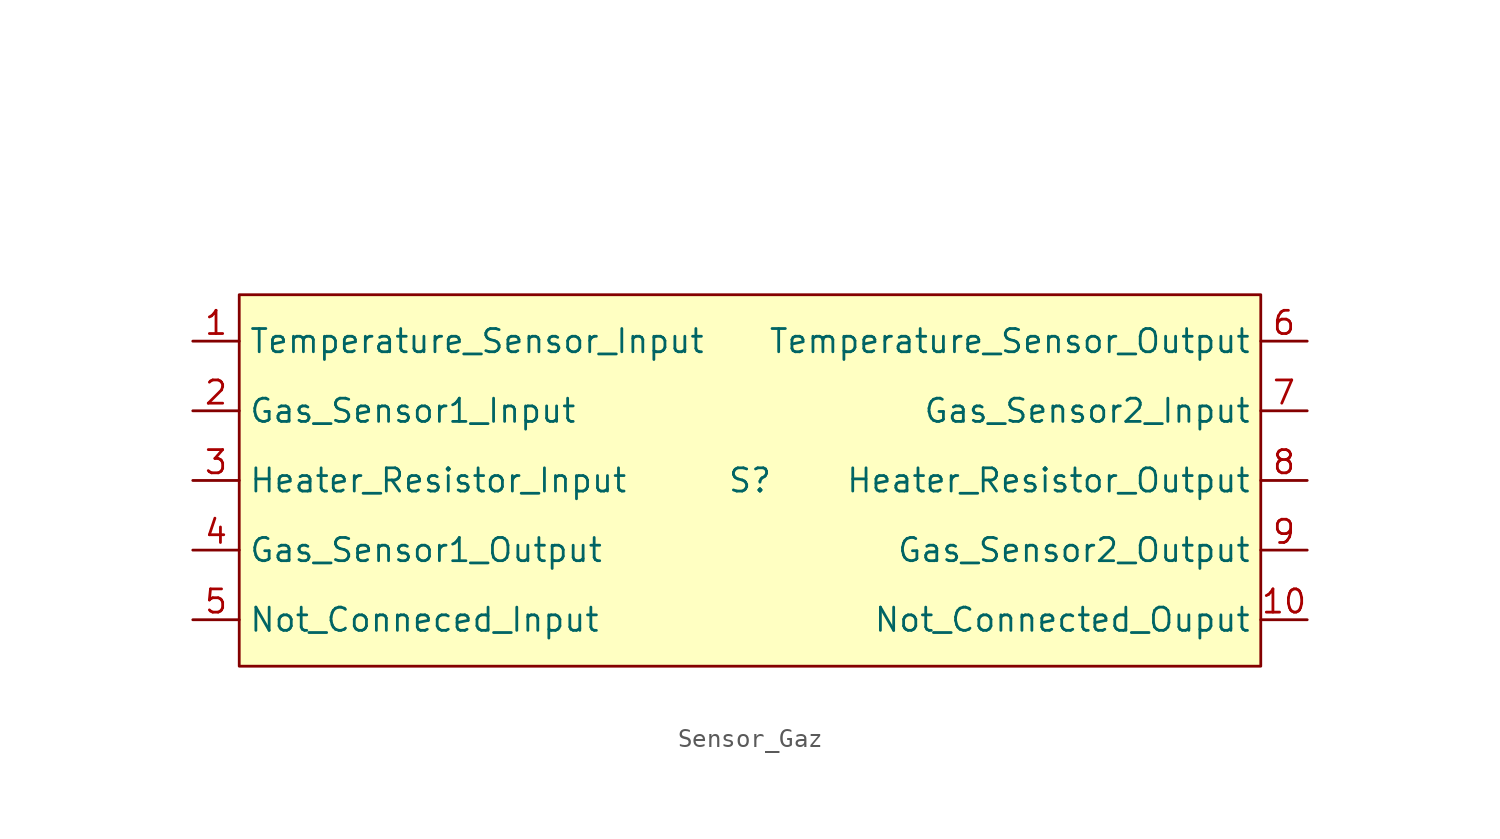
<source format=kicad_sym>
(kicad_symbol_lib
  (version 20220914)
  (generator kicad_symbol_editor)
  (symbol "Sensor_Gaz"
    (property "Reference" "S"
      (at 0 0 0)
      (effects (font (size 1.27 1.27))))
    (property "Value" ""
      (at 7.62 19.05 0)
      (effects (font (size 1.27 1.27))))
    (symbol "Sensor_Gaz_1_1"
      (rectangle (start -27.94 10.16) (end 27.94 -10.16) (stroke (width 0.152) (type default)) (fill (type background)))
      (pin input line (at -30.48 7.62 0) (length 2.54) (name "Temperature_Sensor_Input" (effects (font (size 1.27 1.27)))) (number "1" (effects (font (size 1.27 1.27)))))
      (pin output line (at 30.48 -7.62 180) (length 2.54) (name "Not_Connected_Ouput" (effects (font (size 1.27 1.27)))) (number "10" (effects (font (size 1.27 1.27)))))
      (pin input line (at -30.48 3.81 0) (length 2.54) (name "Gas_Sensor1_Input" (effects (font (size 1.27 1.27)))) (number "2" (effects (font (size 1.27 1.27)))))
      (pin input line (at -30.48 0 0) (length 2.54) (name "Heater_Resistor_Input" (effects (font (size 1.27 1.27)))) (number "3" (effects (font (size 1.27 1.27)))))
      (pin output line (at -30.48 -3.81 0) (length 2.54) (name "Gas_Sensor1_Output" (effects (font (size 1.27 1.27)))) (number "4" (effects (font (size 1.27 1.27)))))
      (pin input line (at -30.48 -7.62 0) (length 2.54) (name "Not_Conneced_Input" (effects (font (size 1.27 1.27)))) (number "5" (effects (font (size 1.27 1.27)))))
      (pin passive line (at 30.48 7.62 180) (length 2.54) (name "Temperature_Sensor_Output" (effects (font (size 1.27 1.27)))) (number "6" (effects (font (size 1.27 1.27)))))
      (pin input line (at 30.48 3.81 180) (length 2.54) (name "Gas_Sensor2_Input" (effects (font (size 1.27 1.27)))) (number "7" (effects (font (size 1.27 1.27)))))
      (pin passive line (at 30.48 0 180) (length 2.54) (name "Heater_Resistor_Output" (effects (font (size 1.27 1.27)))) (number "8" (effects (font (size 1.27 1.27)))))
      (pin output line (at 30.48 -3.81 180) (length 2.54) (name "Gas_Sensor2_Output" (effects (font (size 1.27 1.27)))) (number "9" (effects (font (size 1.27 1.27))))))))
</source>
